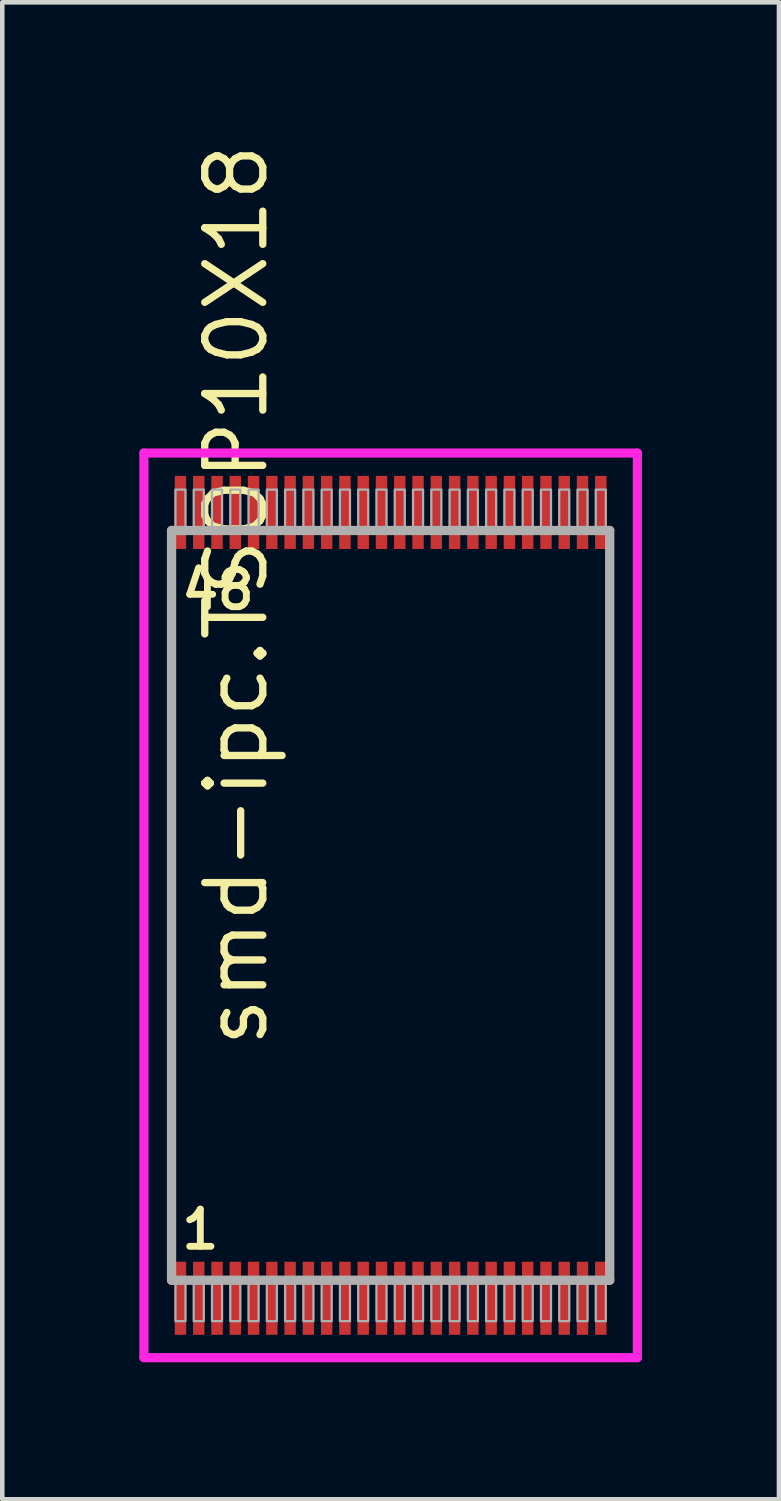
<source format=kicad_pcb>
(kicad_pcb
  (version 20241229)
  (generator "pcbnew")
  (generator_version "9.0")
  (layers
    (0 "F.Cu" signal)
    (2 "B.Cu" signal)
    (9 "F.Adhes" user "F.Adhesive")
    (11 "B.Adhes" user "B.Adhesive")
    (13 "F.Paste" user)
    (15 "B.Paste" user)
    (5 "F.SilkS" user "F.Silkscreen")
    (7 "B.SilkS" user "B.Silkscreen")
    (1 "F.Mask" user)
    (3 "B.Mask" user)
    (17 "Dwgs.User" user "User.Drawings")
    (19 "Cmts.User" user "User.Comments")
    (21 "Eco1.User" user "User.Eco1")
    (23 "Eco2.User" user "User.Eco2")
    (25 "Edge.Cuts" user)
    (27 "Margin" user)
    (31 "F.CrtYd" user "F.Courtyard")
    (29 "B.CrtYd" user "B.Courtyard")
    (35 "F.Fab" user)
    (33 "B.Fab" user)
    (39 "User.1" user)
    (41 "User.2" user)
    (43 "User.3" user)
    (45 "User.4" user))
  (footprint "smd-ipc.TSOP10X18"
    (layer "F.Cu")
    (at 5.5 16.766)
    (property "Reference" "smd-ipc.TSOP10X18" (at -2.635 3.175 90) (layer "F.SilkS") (effects (font (size 1.27 1.27) (thickness 0.16)) (justify left bottom)))
    (attr smd)
    (fp_line (start -5.4 -9.9) (end 5.4 -9.9) (stroke (width 0.2) (type default)) (layer "F.CrtYd"))
    (fp_line (start -5.4 9.9) (end -5.4 -9.9) (stroke (width 0.2) (type default)) (layer "F.CrtYd"))
    (fp_line (start 5.4 -9.9) (end 5.4 9.9) (stroke (width 0.2) (type default)) (layer "F.CrtYd"))
    (fp_line (start 5.4 9.9) (end -5.4 9.9) (stroke (width 0.2) (type default)) (layer "F.CrtYd"))
    (fp_line (start -4.795 -8.205) (end 4.795 -8.205) (stroke (width 0.203) (type default)) (layer "F.Fab"))
    (fp_line (start -4.795 8.205) (end -4.795 -8.205) (stroke (width 0.203) (type default)) (layer "F.Fab"))
    (fp_line (start 4.795 -8.205) (end 4.795 8.205) (stroke (width 0.203) (type default)) (layer "F.Fab"))
    (fp_line (start 4.795 8.205) (end -4.795 8.205) (stroke (width 0.203) (type default)) (layer "F.Fab"))
    (fp_rect (start -4.71 -8.27) (end -4.49 -9.1) (stroke (width 0.05) (type default)) (fill no) (layer "F.Fab"))
    (fp_rect (start -4.71 9.1) (end -4.49 8.27) (stroke (width 0.05) (type default)) (fill no) (layer "F.Fab"))
    (fp_rect (start -4.31 -8.27) (end -4.09 -9.1) (stroke (width 0.05) (type default)) (fill no) (layer "F.Fab"))
    (fp_rect (start -4.31 9.1) (end -4.09 8.27) (stroke (width 0.05) (type default)) (fill no) (layer "F.Fab"))
    (fp_rect (start -3.91 -8.27) (end -3.69 -9.1) (stroke (width 0.05) (type default)) (fill no) (layer "F.Fab"))
    (fp_rect (start -3.91 9.1) (end -3.69 8.27) (stroke (width 0.05) (type default)) (fill no) (layer "F.Fab"))
    (fp_rect (start -3.51 -8.27) (end -3.29 -9.1) (stroke (width 0.05) (type default)) (fill no) (layer "F.Fab"))
    (fp_rect (start -3.51 9.1) (end -3.29 8.27) (stroke (width 0.05) (type default)) (fill no) (layer "F.Fab"))
    (fp_rect (start -3.11 -8.27) (end -2.89 -9.1) (stroke (width 0.05) (type default)) (fill no) (layer "F.Fab"))
    (fp_rect (start -3.11 9.1) (end -2.89 8.27) (stroke (width 0.05) (type default)) (fill no) (layer "F.Fab"))
    (fp_rect (start -2.71 -8.27) (end -2.49 -9.1) (stroke (width 0.05) (type default)) (fill no) (layer "F.Fab"))
    (fp_rect (start -2.71 9.1) (end -2.49 8.27) (stroke (width 0.05) (type default)) (fill no) (layer "F.Fab"))
    (fp_rect (start -2.31 -8.27) (end -2.09 -9.1) (stroke (width 0.05) (type default)) (fill no) (layer "F.Fab"))
    (fp_rect (start -2.31 9.1) (end -2.09 8.27) (stroke (width 0.05) (type default)) (fill no) (layer "F.Fab"))
    (fp_rect (start -1.91 -8.27) (end -1.69 -9.1) (stroke (width 0.05) (type default)) (fill no) (layer "F.Fab"))
    (fp_rect (start -1.91 9.1) (end -1.69 8.27) (stroke (width 0.05) (type default)) (fill no) (layer "F.Fab"))
    (fp_rect (start -1.51 -8.27) (end -1.29 -9.1) (stroke (width 0.05) (type default)) (fill no) (layer "F.Fab"))
    (fp_rect (start -1.51 9.1) (end -1.29 8.27) (stroke (width 0.05) (type default)) (fill no) (layer "F.Fab"))
    (fp_rect (start -1.11 -8.27) (end -0.89 -9.1) (stroke (width 0.05) (type default)) (fill no) (layer "F.Fab"))
    (fp_rect (start -1.11 9.1) (end -0.89 8.27) (stroke (width 0.05) (type default)) (fill no) (layer "F.Fab"))
    (fp_rect (start -0.71 -8.27) (end -0.49 -9.1) (stroke (width 0.05) (type default)) (fill no) (layer "F.Fab"))
    (fp_rect (start -0.71 9.1) (end -0.49 8.27) (stroke (width 0.05) (type default)) (fill no) (layer "F.Fab"))
    (fp_rect (start -0.31 -8.27) (end -0.09 -9.1) (stroke (width 0.05) (type default)) (fill no) (layer "F.Fab"))
    (fp_rect (start -0.31 9.1) (end -0.09 8.27) (stroke (width 0.05) (type default)) (fill no) (layer "F.Fab"))
    (fp_rect (start 0.09 -8.27) (end 0.31 -9.1) (stroke (width 0.05) (type default)) (fill no) (layer "F.Fab"))
    (fp_rect (start 0.09 9.1) (end 0.31 8.27) (stroke (width 0.05) (type default)) (fill no) (layer "F.Fab"))
    (fp_rect (start 0.49 -8.27) (end 0.71 -9.1) (stroke (width 0.05) (type default)) (fill no) (layer "F.Fab"))
    (fp_rect (start 0.49 9.1) (end 0.71 8.27) (stroke (width 0.05) (type default)) (fill no) (layer "F.Fab"))
    (fp_rect (start 0.89 -8.27) (end 1.11 -9.1) (stroke (width 0.05) (type default)) (fill no) (layer "F.Fab"))
    (fp_rect (start 0.89 9.1) (end 1.11 8.27) (stroke (width 0.05) (type default)) (fill no) (layer "F.Fab"))
    (fp_rect (start 1.29 -8.27) (end 1.51 -9.1) (stroke (width 0.05) (type default)) (fill no) (layer "F.Fab"))
    (fp_rect (start 1.29 9.1) (end 1.51 8.27) (stroke (width 0.05) (type default)) (fill no) (layer "F.Fab"))
    (fp_rect (start 1.69 -8.27) (end 1.91 -9.1) (stroke (width 0.05) (type default)) (fill no) (layer "F.Fab"))
    (fp_rect (start 1.69 9.1) (end 1.91 8.27) (stroke (width 0.05) (type default)) (fill no) (layer "F.Fab"))
    (fp_rect (start 2.09 -8.27) (end 2.31 -9.1) (stroke (width 0.05) (type default)) (fill no) (layer "F.Fab"))
    (fp_rect (start 2.09 9.1) (end 2.31 8.27) (stroke (width 0.05) (type default)) (fill no) (layer "F.Fab"))
    (fp_rect (start 2.49 -8.27) (end 2.71 -9.1) (stroke (width 0.05) (type default)) (fill no) (layer "F.Fab"))
    (fp_rect (start 2.49 9.1) (end 2.71 8.27) (stroke (width 0.05) (type default)) (fill no) (layer "F.Fab"))
    (fp_rect (start 2.89 -8.27) (end 3.11 -9.1) (stroke (width 0.05) (type default)) (fill no) (layer "F.Fab"))
    (fp_rect (start 2.89 9.1) (end 3.11 8.27) (stroke (width 0.05) (type default)) (fill no) (layer "F.Fab"))
    (fp_rect (start 3.29 -8.27) (end 3.51 -9.1) (stroke (width 0.05) (type default)) (fill no) (layer "F.Fab"))
    (fp_rect (start 3.29 9.1) (end 3.51 8.27) (stroke (width 0.05) (type default)) (fill no) (layer "F.Fab"))
    (fp_rect (start 3.69 -8.27) (end 3.91 -9.1) (stroke (width 0.05) (type default)) (fill no) (layer "F.Fab"))
    (fp_rect (start 3.69 9.1) (end 3.91 8.27) (stroke (width 0.05) (type default)) (fill no) (layer "F.Fab"))
    (fp_rect (start 4.09 -8.27) (end 4.31 -9.1) (stroke (width 0.05) (type default)) (fill no) (layer "F.Fab"))
    (fp_rect (start 4.09 9.1) (end 4.31 8.27) (stroke (width 0.05) (type default)) (fill no) (layer "F.Fab"))
    (fp_rect (start 4.49 -8.27) (end 4.71 -9.1) (stroke (width 0.05) (type default)) (fill no) (layer "F.Fab"))
    (fp_rect (start 4.49 9.1) (end 4.71 8.27) (stroke (width 0.05) (type default)) (fill no) (layer "F.Fab"))
    (fp_text user "1" (at -4.651 7.57 0) (layer "F.SilkS") (effects (font (size 0.813 0.813) (thickness 0.15)) (justify left bottom)))
    (fp_text user "48" (at -4.651 -6.43 0) (layer "F.SilkS") (effects (font (size 0.813 0.813) (thickness 0.15)) (justify left bottom)))
    (pad "1" smd roundrect (at -4.6 8.6) (size 0.25 1.6) (layers "F.Cu" "F.Mask" "F.Paste") (roundrect_rratio 0.01))
    (pad "2" smd roundrect (at -4.2 8.6) (size 0.25 1.6) (layers "F.Cu" "F.Mask" "F.Paste") (roundrect_rratio 0.01))
    (pad "3" smd roundrect (at -3.8 8.6) (size 0.25 1.6) (layers "F.Cu" "F.Mask" "F.Paste") (roundrect_rratio 0.01))
    (pad "4" smd roundrect (at -3.4 8.6) (size 0.25 1.6) (layers "F.Cu" "F.Mask" "F.Paste") (roundrect_rratio 0.01))
    (pad "5" smd roundrect (at -3 8.6) (size 0.25 1.6) (layers "F.Cu" "F.Mask" "F.Paste") (roundrect_rratio 0.01))
    (pad "6" smd roundrect (at -2.6 8.6) (size 0.25 1.6) (layers "F.Cu" "F.Mask" "F.Paste") (roundrect_rratio 0.01))
    (pad "7" smd roundrect (at -2.2 8.6) (size 0.25 1.6) (layers "F.Cu" "F.Mask" "F.Paste") (roundrect_rratio 0.01))
    (pad "8" smd roundrect (at -1.8 8.6) (size 0.25 1.6) (layers "F.Cu" "F.Mask" "F.Paste") (roundrect_rratio 0.01))
    (pad "9" smd roundrect (at -1.4 8.6) (size 0.25 1.6) (layers "F.Cu" "F.Mask" "F.Paste") (roundrect_rratio 0.01))
    (pad "10" smd roundrect (at -1 8.6) (size 0.25 1.6) (layers "F.Cu" "F.Mask" "F.Paste") (roundrect_rratio 0.01))
    (pad "11" smd roundrect (at -0.6 8.6) (size 0.25 1.6) (layers "F.Cu" "F.Mask" "F.Paste") (roundrect_rratio 0.01))
    (pad "12" smd roundrect (at -0.2 8.6) (size 0.25 1.6) (layers "F.Cu" "F.Mask" "F.Paste") (roundrect_rratio 0.01))
    (pad "13" smd roundrect (at 0.2 8.6) (size 0.25 1.6) (layers "F.Cu" "F.Mask" "F.Paste") (roundrect_rratio 0.01))
    (pad "14" smd roundrect (at 0.6 8.6) (size 0.25 1.6) (layers "F.Cu" "F.Mask" "F.Paste") (roundrect_rratio 0.01))
    (pad "15" smd roundrect (at 1 8.6) (size 0.25 1.6) (layers "F.Cu" "F.Mask" "F.Paste") (roundrect_rratio 0.01))
    (pad "16" smd roundrect (at 1.4 8.6) (size 0.25 1.6) (layers "F.Cu" "F.Mask" "F.Paste") (roundrect_rratio 0.01))
    (pad "17" smd roundrect (at 1.8 8.6) (size 0.25 1.6) (layers "F.Cu" "F.Mask" "F.Paste") (roundrect_rratio 0.01))
    (pad "18" smd roundrect (at 2.2 8.6) (size 0.25 1.6) (layers "F.Cu" "F.Mask" "F.Paste") (roundrect_rratio 0.01))
    (pad "19" smd roundrect (at 2.6 8.6) (size 0.25 1.6) (layers "F.Cu" "F.Mask" "F.Paste") (roundrect_rratio 0.01))
    (pad "20" smd roundrect (at 3 8.6) (size 0.25 1.6) (layers "F.Cu" "F.Mask" "F.Paste") (roundrect_rratio 0.01))
    (pad "21" smd roundrect (at 3.4 8.6) (size 0.25 1.6) (layers "F.Cu" "F.Mask" "F.Paste") (roundrect_rratio 0.01))
    (pad "22" smd roundrect (at 3.8 8.6) (size 0.25 1.6) (layers "F.Cu" "F.Mask" "F.Paste") (roundrect_rratio 0.01))
    (pad "23" smd roundrect (at 4.2 8.6) (size 0.25 1.6) (layers "F.Cu" "F.Mask" "F.Paste") (roundrect_rratio 0.01))
    (pad "24" smd roundrect (at 4.6 8.6) (size 0.25 1.6) (layers "F.Cu" "F.Mask" "F.Paste") (roundrect_rratio 0.01))
    (pad "25" smd roundrect (at 4.6 -8.6) (size 0.25 1.6) (layers "F.Cu" "F.Mask" "F.Paste") (roundrect_rratio 0.01))
    (pad "26" smd roundrect (at 4.2 -8.6) (size 0.25 1.6) (layers "F.Cu" "F.Mask" "F.Paste") (roundrect_rratio 0.01))
    (pad "27" smd roundrect (at 3.8 -8.6) (size 0.25 1.6) (layers "F.Cu" "F.Mask" "F.Paste") (roundrect_rratio 0.01))
    (pad "28" smd roundrect (at 3.4 -8.6) (size 0.25 1.6) (layers "F.Cu" "F.Mask" "F.Paste") (roundrect_rratio 0.01))
    (pad "29" smd roundrect (at 3 -8.6) (size 0.25 1.6) (layers "F.Cu" "F.Mask" "F.Paste") (roundrect_rratio 0.01))
    (pad "30" smd roundrect (at 2.6 -8.6) (size 0.25 1.6) (layers "F.Cu" "F.Mask" "F.Paste") (roundrect_rratio 0.01))
    (pad "31" smd roundrect (at 2.2 -8.6) (size 0.25 1.6) (layers "F.Cu" "F.Mask" "F.Paste") (roundrect_rratio 0.01))
    (pad "32" smd roundrect (at 1.8 -8.6) (size 0.25 1.6) (layers "F.Cu" "F.Mask" "F.Paste") (roundrect_rratio 0.01))
    (pad "33" smd roundrect (at 1.4 -8.6) (size 0.25 1.6) (layers "F.Cu" "F.Mask" "F.Paste") (roundrect_rratio 0.01))
    (pad "34" smd roundrect (at 1 -8.6) (size 0.25 1.6) (layers "F.Cu" "F.Mask" "F.Paste") (roundrect_rratio 0.01))
    (pad "35" smd roundrect (at 0.6 -8.6) (size 0.25 1.6) (layers "F.Cu" "F.Mask" "F.Paste") (roundrect_rratio 0.01))
    (pad "36" smd roundrect (at 0.2 -8.6) (size 0.25 1.6) (layers "F.Cu" "F.Mask" "F.Paste") (roundrect_rratio 0.01))
    (pad "37" smd roundrect (at -0.2 -8.6) (size 0.25 1.6) (layers "F.Cu" "F.Mask" "F.Paste") (roundrect_rratio 0.01))
    (pad "38" smd roundrect (at -0.6 -8.6) (size 0.25 1.6) (layers "F.Cu" "F.Mask" "F.Paste") (roundrect_rratio 0.01))
    (pad "39" smd roundrect (at -1 -8.6) (size 0.25 1.6) (layers "F.Cu" "F.Mask" "F.Paste") (roundrect_rratio 0.01))
    (pad "40" smd roundrect (at -1.4 -8.6) (size 0.25 1.6) (layers "F.Cu" "F.Mask" "F.Paste") (roundrect_rratio 0.01))
    (pad "41" smd roundrect (at -1.8 -8.6) (size 0.25 1.6) (layers "F.Cu" "F.Mask" "F.Paste") (roundrect_rratio 0.01))
    (pad "42" smd roundrect (at -2.2 -8.6) (size 0.25 1.6) (layers "F.Cu" "F.Mask" "F.Paste") (roundrect_rratio 0.01))
    (pad "43" smd roundrect (at -2.6 -8.6) (size 0.25 1.6) (layers "F.Cu" "F.Mask" "F.Paste") (roundrect_rratio 0.01))
    (pad "44" smd roundrect (at -3 -8.6) (size 0.25 1.6) (layers "F.Cu" "F.Mask" "F.Paste") (roundrect_rratio 0.01))
    (pad "45" smd roundrect (at -3.4 -8.6) (size 0.25 1.6) (layers "F.Cu" "F.Mask" "F.Paste") (roundrect_rratio 0.01))
    (pad "46" smd roundrect (at -3.8 -8.6) (size 0.25 1.6) (layers "F.Cu" "F.Mask" "F.Paste") (roundrect_rratio 0.01))
    (pad "47" smd roundrect (at -4.2 -8.6) (size 0.25 1.6) (layers "F.Cu" "F.Mask" "F.Paste") (roundrect_rratio 0.01))
    (pad "48" smd roundrect (at -4.6 -8.6) (size 0.25 1.6) (layers "F.Cu" "F.Mask" "F.Paste") (roundrect_rratio 0.01)))
  (gr_rect
    (start -3 -3)
    (end 14 29.766)
    (stroke (width 0.1) (type default))
    (fill no)
    (layer "Edge.Cuts")))
</source>
